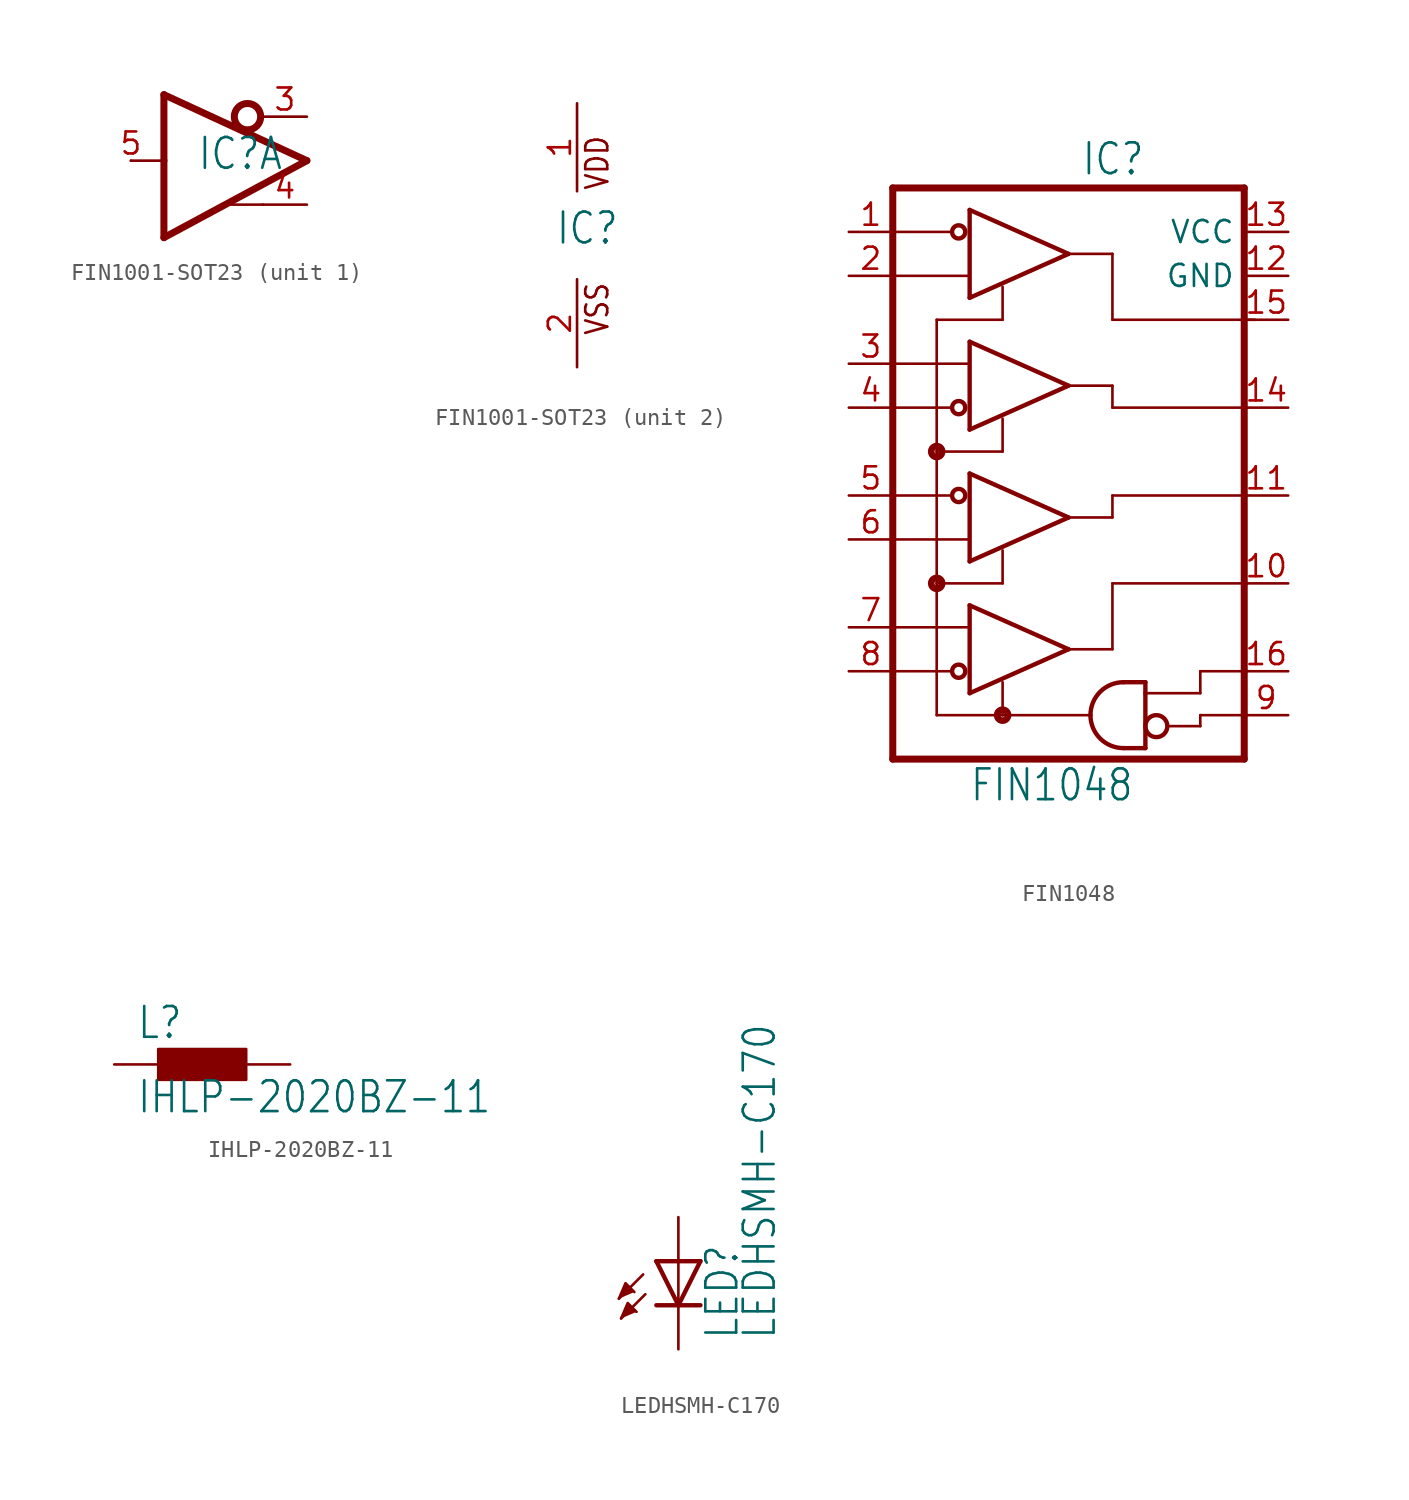
<source format=kicad_sym>
(kicad_symbol_lib
  (version 20211014)
  (generator kicad_symbol_editor)
  (symbol "FIN1001-SOT23"
    (property "Reference" "IC"
      (at -1.27 -0.635 0)
      (effects (font (size 1.778 1.511)) (justify left bottom)))
    (property "ki_locked" ""
      (at 0 0 0)
      (effects (font (size 1.27 1.27))))
    (symbol "FIN1001-SOT23_1_0"
      (polyline (pts (xy -5.08 0) (xy -3.175 0)) (stroke (width 0.152) (type default) (color 0 0 0 0)) (fill (type none)))
      (polyline (pts (xy -3.175 -4.445) (xy 5.08 0)) (stroke (width 0.406) (type default) (color 0 0 0 0)) (fill (type none)))
      (polyline (pts (xy -3.175 0) (xy -3.175 -4.445)) (stroke (width 0.406) (type default) (color 0 0 0 0)) (fill (type none)))
      (polyline (pts (xy -3.175 3.81) (xy -3.175 0)) (stroke (width 0.406) (type default) (color 0 0 0 0)) (fill (type none)))
      (polyline (pts (xy 0.635 -2.54) (xy 2.54 -2.54)) (stroke (width 0.152) (type default) (color 0 0 0 0)) (fill (type none)))
      (polyline (pts (xy 5.08 0) (xy -3.175 3.81)) (stroke (width 0.406) (type default) (color 0 0 0 0)) (fill (type none)))
      (circle (center 1.651 2.54) (radius 0.762) (stroke (width 0.406) (type default) (color 0 0 0 0)) (fill (type none)))
      (pin output line (at 5.08 2.54 180) (length 2.54) (name "DOUT-" (effects (font (size 0 0)))) (number "3" (effects (font (size 1.27 1.27)))))
      (pin output line (at 5.08 -2.54 180) (length 2.54) (name "DOUT+" (effects (font (size 0 0)))) (number "4" (effects (font (size 1.27 1.27)))))
      (pin input line (at -5.08 0 0) (length 0) (name "DIN" (effects (font (size 0 0)))) (number "5" (effects (font (size 1.27 1.27))))))
    (symbol "FIN1001-SOT23_2_0"
      (text "VDD" (at 1.905 2.54 900) (effects (font (size 1.27 1.079)) (justify left bottom)))
      (text "VSS" (at 1.905 -5.842 900) (effects (font (size 1.27 1.079)) (justify left bottom)))
      (pin power_in line (at 0 7.62 270) (length 5.08) (name "VDD" (effects (font (size 0 0)))) (number "1" (effects (font (size 1.27 1.27)))))
      (pin power_in line (at 0 -7.62 90) (length 5.08) (name "VSS" (effects (font (size 0 0)))) (number "2" (effects (font (size 1.27 1.27)))))))
  (symbol "FIN1048"
    (property "Reference" "IC"
      (at 4.445 15.875 0)
      (effects (font (size 1.778 1.511)) (justify right bottom)))
    (property "Value" "FIN1048"
      (at 3.81 -20.32 0)
      (effects (font (size 1.778 1.511)) (justify right bottom)))
    (property "ki_locked" ""
      (at 0 0 0)
      (effects (font (size 1.27 1.27))))
    (symbol "FIN1048_1_0"
      (circle (center -7.62 -7.62) (radius 0.127) (stroke (width 0.381) (type default) (color 0 0 0 0)) (fill (type none)))
      (circle (center -7.62 0) (radius 0.127) (stroke (width 0.381) (type default) (color 0 0 0 0)) (fill (type none)))
      (circle (center -6.35 -12.7) (radius 0.381) (stroke (width 0.254) (type default) (color 0 0 0 0)) (fill (type none)))
      (circle (center -6.35 -2.54) (radius 0.381) (stroke (width 0.254) (type default) (color 0 0 0 0)) (fill (type none)))
      (circle (center -6.35 2.54) (radius 0.381) (stroke (width 0.254) (type default) (color 0 0 0 0)) (fill (type none)))
      (circle (center -6.35 12.7) (radius 0.381) (stroke (width 0.254) (type default) (color 0 0 0 0)) (fill (type none)))
      (circle (center -3.81 -15.24) (radius 0.127) (stroke (width 0.381) (type default) (color 0 0 0 0)) (fill (type none)))
      (polyline (pts (xy -10.16 -12.7) (xy -6.731 -12.7)) (stroke (width 0.152) (type default) (color 0 0 0 0)) (fill (type none)))
      (polyline (pts (xy -10.16 -10.16) (xy -5.715 -10.16)) (stroke (width 0.152) (type default) (color 0 0 0 0)) (fill (type none)))
      (polyline (pts (xy -10.16 -5.08) (xy -5.715 -5.08)) (stroke (width 0.152) (type default) (color 0 0 0 0)) (fill (type none)))
      (polyline (pts (xy -10.16 -2.54) (xy -6.731 -2.54)) (stroke (width 0.152) (type default) (color 0 0 0 0)) (fill (type none)))
      (polyline (pts (xy -10.16 2.54) (xy -6.731 2.54)) (stroke (width 0.152) (type default) (color 0 0 0 0)) (fill (type none)))
      (polyline (pts (xy -10.16 5.08) (xy -5.715 5.08)) (stroke (width 0.152) (type default) (color 0 0 0 0)) (fill (type none)))
      (polyline (pts (xy -10.16 10.16) (xy -5.715 10.16)) (stroke (width 0.152) (type default) (color 0 0 0 0)) (fill (type none)))
      (polyline (pts (xy -10.16 12.7) (xy -6.731 12.7)) (stroke (width 0.152) (type default) (color 0 0 0 0)) (fill (type none)))
      (polyline (pts (xy -10.16 15.24) (xy -10.16 -17.78)) (stroke (width 0.406) (type default) (color 0 0 0 0)) (fill (type none)))
      (polyline (pts (xy -7.62 -15.24) (xy -7.62 -7.62)) (stroke (width 0.152) (type default) (color 0 0 0 0)) (fill (type none)))
      (polyline (pts (xy -7.62 -15.24) (xy -3.81 -15.24)) (stroke (width 0.152) (type default) (color 0 0 0 0)) (fill (type none)))
      (polyline (pts (xy -7.62 -7.62) (xy -7.62 0)) (stroke (width 0.152) (type default) (color 0 0 0 0)) (fill (type none)))
      (polyline (pts (xy -7.62 -7.62) (xy -3.81 -7.62)) (stroke (width 0.152) (type default) (color 0 0 0 0)) (fill (type none)))
      (polyline (pts (xy -7.62 0) (xy -7.62 7.62)) (stroke (width 0.152) (type default) (color 0 0 0 0)) (fill (type none)))
      (polyline (pts (xy -7.62 0) (xy -3.81 0)) (stroke (width 0.152) (type default) (color 0 0 0 0)) (fill (type none)))
      (polyline (pts (xy -7.62 7.62) (xy -3.81 7.62)) (stroke (width 0.152) (type default) (color 0 0 0 0)) (fill (type none)))
      (polyline (pts (xy -5.715 -13.97) (xy 0 -11.43)) (stroke (width 0.254) (type default) (color 0 0 0 0)) (fill (type none)))
      (polyline (pts (xy -5.715 -8.89) (xy -5.715 -13.97)) (stroke (width 0.254) (type default) (color 0 0 0 0)) (fill (type none)))
      (polyline (pts (xy -5.715 -6.35) (xy 0 -3.81)) (stroke (width 0.254) (type default) (color 0 0 0 0)) (fill (type none)))
      (polyline (pts (xy -5.715 -1.27) (xy -5.715 -6.35)) (stroke (width 0.254) (type default) (color 0 0 0 0)) (fill (type none)))
      (polyline (pts (xy -5.715 1.27) (xy 0 3.81)) (stroke (width 0.254) (type default) (color 0 0 0 0)) (fill (type none)))
      (polyline (pts (xy -5.715 6.35) (xy -5.715 1.27)) (stroke (width 0.254) (type default) (color 0 0 0 0)) (fill (type none)))
      (polyline (pts (xy -5.715 8.89) (xy 0 11.43)) (stroke (width 0.254) (type default) (color 0 0 0 0)) (fill (type none)))
      (polyline (pts (xy -5.715 13.97) (xy -5.715 8.89)) (stroke (width 0.254) (type default) (color 0 0 0 0)) (fill (type none)))
      (polyline (pts (xy -3.81 -15.24) (xy -3.81 -13.335)) (stroke (width 0.152) (type default) (color 0 0 0 0)) (fill (type none)))
      (polyline (pts (xy -3.81 -7.62) (xy -3.81 -5.715)) (stroke (width 0.152) (type default) (color 0 0 0 0)) (fill (type none)))
      (polyline (pts (xy -3.81 0) (xy -3.81 1.905)) (stroke (width 0.152) (type default) (color 0 0 0 0)) (fill (type none)))
      (polyline (pts (xy -3.81 7.62) (xy -3.81 9.525)) (stroke (width 0.152) (type default) (color 0 0 0 0)) (fill (type none)))
      (polyline (pts (xy 0 -11.43) (xy -5.715 -8.89)) (stroke (width 0.254) (type default) (color 0 0 0 0)) (fill (type none)))
      (polyline (pts (xy 0 -3.81) (xy -5.715 -1.27)) (stroke (width 0.254) (type default) (color 0 0 0 0)) (fill (type none)))
      (polyline (pts (xy 0 3.81) (xy -5.715 6.35)) (stroke (width 0.254) (type default) (color 0 0 0 0)) (fill (type none)))
      (polyline (pts (xy 0 11.43) (xy -5.715 13.97)) (stroke (width 0.254) (type default) (color 0 0 0 0)) (fill (type none)))
      (polyline (pts (xy 1.27 -15.24) (xy -3.81 -15.24)) (stroke (width 0.152) (type default) (color 0 0 0 0)) (fill (type none)))
      (polyline (pts (xy 2.54 -11.43) (xy 0 -11.43)) (stroke (width 0.152) (type default) (color 0 0 0 0)) (fill (type none)))
      (polyline (pts (xy 2.54 -7.62) (xy 2.54 -11.43)) (stroke (width 0.152) (type default) (color 0 0 0 0)) (fill (type none)))
      (polyline (pts (xy 2.54 -3.81) (xy 0 -3.81)) (stroke (width 0.152) (type default) (color 0 0 0 0)) (fill (type none)))
      (polyline (pts (xy 2.54 -2.54) (xy 2.54 -3.81)) (stroke (width 0.152) (type default) (color 0 0 0 0)) (fill (type none)))
      (polyline (pts (xy 2.54 2.54) (xy 2.54 3.81)) (stroke (width 0.152) (type default) (color 0 0 0 0)) (fill (type none)))
      (polyline (pts (xy 2.54 3.81) (xy 0 3.81)) (stroke (width 0.152) (type default) (color 0 0 0 0)) (fill (type none)))
      (polyline (pts (xy 2.54 7.62) (xy 2.54 11.43)) (stroke (width 0.152) (type default) (color 0 0 0 0)) (fill (type none)))
      (polyline (pts (xy 2.54 11.43) (xy 0 11.43)) (stroke (width 0.152) (type default) (color 0 0 0 0)) (fill (type none)))
      (polyline (pts (xy 3.175 -17.145) (xy 4.445 -17.145)) (stroke (width 0.254) (type default) (color 0 0 0 0)) (fill (type none)))
      (polyline (pts (xy 4.445 -17.145) (xy 4.445 -13.97)) (stroke (width 0.254) (type default) (color 0 0 0 0)) (fill (type none)))
      (polyline (pts (xy 4.445 -13.97) (xy 4.445 -13.335)) (stroke (width 0.254) (type default) (color 0 0 0 0)) (fill (type none)))
      (polyline (pts (xy 4.445 -13.335) (xy 3.175 -13.335)) (stroke (width 0.254) (type default) (color 0 0 0 0)) (fill (type none)))
      (polyline (pts (xy 5.715 -15.875) (xy 7.62 -15.875)) (stroke (width 0.152) (type default) (color 0 0 0 0)) (fill (type none)))
      (polyline (pts (xy 7.62 -15.875) (xy 7.62 -15.24)) (stroke (width 0.152) (type default) (color 0 0 0 0)) (fill (type none)))
      (polyline (pts (xy 7.62 -15.24) (xy 10.16 -15.24)) (stroke (width 0.152) (type default) (color 0 0 0 0)) (fill (type none)))
      (polyline (pts (xy 7.62 -13.97) (xy 4.445 -13.97)) (stroke (width 0.152) (type default) (color 0 0 0 0)) (fill (type none)))
      (polyline (pts (xy 7.62 -12.7) (xy 7.62 -13.97)) (stroke (width 0.152) (type default) (color 0 0 0 0)) (fill (type none)))
      (polyline (pts (xy 10.16 -17.78) (xy -10.16 -17.78)) (stroke (width 0.406) (type default) (color 0 0 0 0)) (fill (type none)))
      (polyline (pts (xy 10.16 -15.24) (xy 10.16 -17.78)) (stroke (width 0.406) (type default) (color 0 0 0 0)) (fill (type none)))
      (polyline (pts (xy 10.16 -12.7) (xy 7.62 -12.7)) (stroke (width 0.152) (type default) (color 0 0 0 0)) (fill (type none)))
      (polyline (pts (xy 10.16 -12.7) (xy 10.16 -15.24)) (stroke (width 0.406) (type default) (color 0 0 0 0)) (fill (type none)))
      (polyline (pts (xy 10.16 -7.62) (xy 2.54 -7.62)) (stroke (width 0.152) (type default) (color 0 0 0 0)) (fill (type none)))
      (polyline (pts (xy 10.16 -7.62) (xy 10.16 -12.7)) (stroke (width 0.406) (type default) (color 0 0 0 0)) (fill (type none)))
      (polyline (pts (xy 10.16 -2.54) (xy 2.54 -2.54)) (stroke (width 0.152) (type default) (color 0 0 0 0)) (fill (type none)))
      (polyline (pts (xy 10.16 -2.54) (xy 10.16 -7.62)) (stroke (width 0.406) (type default) (color 0 0 0 0)) (fill (type none)))
      (polyline (pts (xy 10.16 2.54) (xy 2.54 2.54)) (stroke (width 0.152) (type default) (color 0 0 0 0)) (fill (type none)))
      (polyline (pts (xy 10.16 2.54) (xy 10.16 -2.54)) (stroke (width 0.406) (type default) (color 0 0 0 0)) (fill (type none)))
      (polyline (pts (xy 10.16 15.24) (xy -10.16 15.24)) (stroke (width 0.406) (type default) (color 0 0 0 0)) (fill (type none)))
      (polyline (pts (xy 10.16 15.24) (xy 10.16 2.54)) (stroke (width 0.406) (type default) (color 0 0 0 0)) (fill (type none)))
      (polyline (pts (xy 10.795 7.62) (xy 2.54 7.62)) (stroke (width 0.152) (type default) (color 0 0 0 0)) (fill (type none)))
      (arc (start 1.27 -15.24) (mid 1.828 -16.587) (end 3.175 -17.145) (stroke (width 0.254) (type default) (color 0 0 0 0)) (fill (type none)))
      (arc (start 3.175 -13.335) (mid 1.828 -13.893) (end 1.27 -15.24) (stroke (width 0.254) (type default) (color 0 0 0 0)) (fill (type none)))
      (circle (center 5.08 -15.875) (radius 0.635) (stroke (width 0.254) (type default) (color 0 0 0 0)) (fill (type none)))
      (pin input line (at -12.7 12.7 0) (length 2.54) (name "RIN1-" (effects (font (size 0 0)))) (number "1" (effects (font (size 1.27 1.27)))))
      (pin output line (at 12.7 -7.62 180) (length 2.54) (name "ROUT4" (effects (font (size 0 0)))) (number "10" (effects (font (size 1.27 1.27)))))
      (pin output line (at 12.7 -2.54 180) (length 2.54) (name "ROUT3" (effects (font (size 0 0)))) (number "11" (effects (font (size 1.27 1.27)))))
      (pin passive line (at 12.7 10.16 180) (length 2.54) (name "GND" (effects (font (size 1.27 1.27)))) (number "12" (effects (font (size 1.27 1.27)))))
      (pin passive line (at 12.7 12.7 180) (length 2.54) (name "VCC" (effects (font (size 1.27 1.27)))) (number "13" (effects (font (size 1.27 1.27)))))
      (pin output line (at 12.7 2.54 180) (length 2.54) (name "ROUT2" (effects (font (size 0 0)))) (number "14" (effects (font (size 1.27 1.27)))))
      (pin output line (at 12.7 7.62 180) (length 2.54) (name "ROUT1" (effects (font (size 0 0)))) (number "15" (effects (font (size 1.27 1.27)))))
      (pin input line (at 12.7 -12.7 180) (length 2.54) (name "EN" (effects (font (size 0 0)))) (number "16" (effects (font (size 1.27 1.27)))))
      (pin input line (at -12.7 10.16 0) (length 2.54) (name "RIN1+" (effects (font (size 0 0)))) (number "2" (effects (font (size 1.27 1.27)))))
      (pin input line (at -12.7 5.08 0) (length 2.54) (name "RIN2+" (effects (font (size 0 0)))) (number "3" (effects (font (size 1.27 1.27)))))
      (pin input line (at -12.7 2.54 0) (length 2.54) (name "RIN2-" (effects (font (size 0 0)))) (number "4" (effects (font (size 1.27 1.27)))))
      (pin input line (at -12.7 -2.54 0) (length 2.54) (name "RIN3-" (effects (font (size 0 0)))) (number "5" (effects (font (size 1.27 1.27)))))
      (pin input line (at -12.7 -5.08 0) (length 2.54) (name "RIN3+" (effects (font (size 0 0)))) (number "6" (effects (font (size 1.27 1.27)))))
      (pin input line (at -12.7 -10.16 0) (length 2.54) (name "RIN4+" (effects (font (size 0 0)))) (number "7" (effects (font (size 1.27 1.27)))))
      (pin input line (at -12.7 -12.7 0) (length 2.54) (name "RIN4-" (effects (font (size 0 0)))) (number "8" (effects (font (size 1.27 1.27)))))
      (pin input line (at 12.7 -15.24 180) (length 2.54) (name "~{EN}" (effects (font (size 0 0)))) (number "9" (effects (font (size 1.27 1.27)))))))
  (symbol "IHLP-2020BZ-11"
    (property "Reference" "L"
      (at -3.81 1.372 0)
      (effects (font (size 1.778 1.511)) (justify left bottom)))
    (property "Value" "IHLP-2020BZ-11"
      (at -3.81 -2.921 0)
      (effects (font (size 1.778 1.511)) (justify left bottom)))
    (property "ki_locked" ""
      (at 0 0 0)
      (effects (font (size 1.27 1.27))))
    (symbol "IHLP-2020BZ-11_1_0"
      (rectangle (start -2.54 -0.889) (end 2.54 0.889) (stroke (width 0) (type default) (color 0 0 0 0)) (fill (type outline)))
      (pin passive line (at -5.08 0 0) (length 2.54) (name "1" (effects (font (size 0 0)))) (number "1" (effects (font (size 0 0)))))
      (pin passive line (at 5.08 0 180) (length 2.54) (name "2" (effects (font (size 0 0)))) (number "2" (effects (font (size 0 0)))))))
  (symbol "LEDHSMH-C170"
    (property "Reference" "LED"
      (at 3.556 -2.032 90)
      (effects (font (size 1.778 1.511)) (justify left bottom)))
    (property "Value" "LEDHSMH-C170"
      (at 5.715 -2.032 90)
      (effects (font (size 1.778 1.511)) (justify left bottom)))
    (property "ki_locked" ""
      (at 0 0 0)
      (effects (font (size 1.27 1.27))))
    (symbol "LEDHSMH-C170_1_0"
      (polyline (pts (xy -2.032 1.778) (xy -3.429 0.381)) (stroke (width 0.152) (type default) (color 0 0 0 0)) (fill (type none)))
      (polyline (pts (xy -1.905 0.635) (xy -3.302 -0.762)) (stroke (width 0.152) (type default) (color 0 0 0 0)) (fill (type none)))
      (polyline (pts (xy 0 0) (xy -1.27 0)) (stroke (width 0.254) (type default) (color 0 0 0 0)) (fill (type none)))
      (polyline (pts (xy 0 0) (xy -1.27 2.54)) (stroke (width 0.254) (type default) (color 0 0 0 0)) (fill (type none)))
      (polyline (pts (xy 0 2.54) (xy -1.27 2.54)) (stroke (width 0.254) (type default) (color 0 0 0 0)) (fill (type none)))
      (polyline (pts (xy 0 2.54) (xy 0 0)) (stroke (width 0.152) (type default) (color 0 0 0 0)) (fill (type none)))
      (polyline (pts (xy 1.27 0) (xy 0 0)) (stroke (width 0.254) (type default) (color 0 0 0 0)) (fill (type none)))
      (polyline (pts (xy 1.27 2.54) (xy 0 0)) (stroke (width 0.254) (type default) (color 0 0 0 0)) (fill (type none)))
      (polyline (pts (xy 1.27 2.54) (xy 0 2.54)) (stroke (width 0.254) (type default) (color 0 0 0 0)) (fill (type none)))
      (polyline (pts (xy -3.429 0.381) (xy -3.048 1.27) (xy -2.54 0.762)) (stroke (width 0) (type default) (color 0 0 0 0)) (fill (type outline)))
      (polyline (pts (xy -3.302 -0.762) (xy -2.921 0.127) (xy -2.413 -0.381)) (stroke (width 0) (type default) (color 0 0 0 0)) (fill (type outline)))
      (pin passive line (at 0 5.08 270) (length 2.54) (name "A" (effects (font (size 0 0)))) (number "A" (effects (font (size 0 0)))))
      (pin passive line (at 0 -2.54 90) (length 2.54) (name "C" (effects (font (size 0 0)))) (number "C" (effects (font (size 0 0))))))))
</source>
